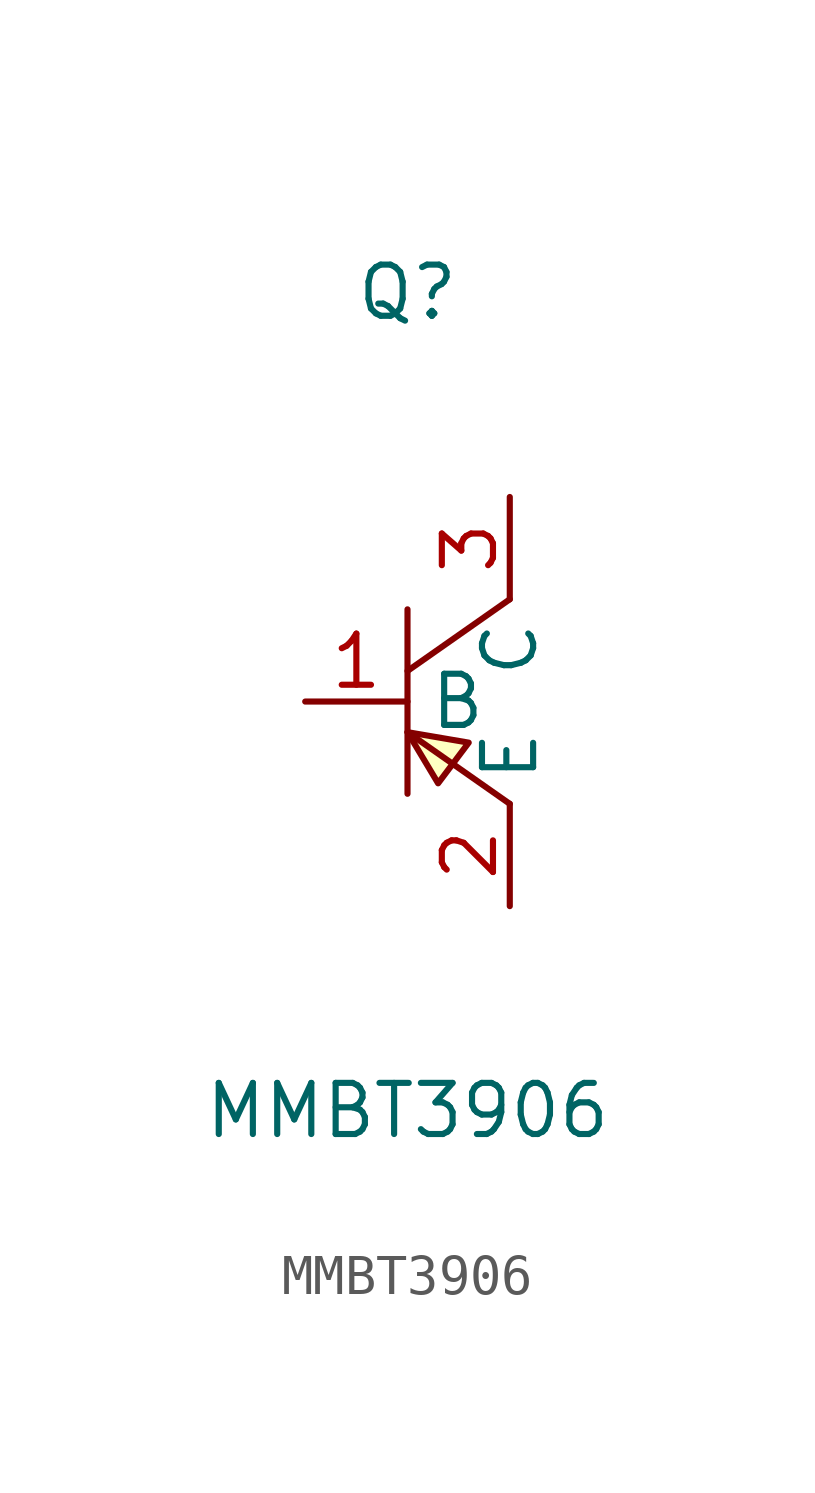
<source format=kicad_sym>
(kicad_symbol_lib
  (version 20211014)
  (generator https://github.com/uPesy/easyeda2kicad.py)
  (symbol "MMBT3906"
    (property "Reference" "Q"
      (at 0 10.16 0)
      (effects (font (size 1.27 1.27))))
    (property "Value" "MMBT3906"
      (at 0 -10.16 0)
      (effects (font (size 1.27 1.27))))
    (symbol "MMBT3906_0_1"
      (polyline (pts (xy 2.54 2.54) (xy 0.00 0.76)) (stroke (width 0) (type default) (color 0 0 0 0)) (fill (type none)))
      (polyline (pts (xy 0.00 -0.76) (xy 2.54 -2.54)) (stroke (width 0) (type default) (color 0 0 0 0)) (fill (type none)))
      (polyline (pts (xy 0.00 2.29) (xy 0.00 -2.29)) (stroke (width 0) (type default) (color 0 0 0 0)) (fill (type none)))
      (polyline (pts (xy 0.00 -0.76) (xy 0.76 -2.03) (xy 1.52 -1.02) (xy 0.00 -0.76)) (stroke (width 0) (type default) (color 0 0 0 0)) (fill (type background)))
      (pin input line (at -2.54 -0.00 0) (length 2.54) (name "B" (effects (font (size 1.27 1.27)))) (number "1" (effects (font (size 1.27 1.27)))))
      (pin input line (at 2.54 5.08 270) (length 2.54) (name "C" (effects (font (size 1.27 1.27)))) (number "3" (effects (font (size 1.27 1.27)))))
      (pin input line (at 2.54 -5.08 90) (length 2.54) (name "E" (effects (font (size 1.27 1.27)))) (number "2" (effects (font (size 1.27 1.27))))))))
</source>
